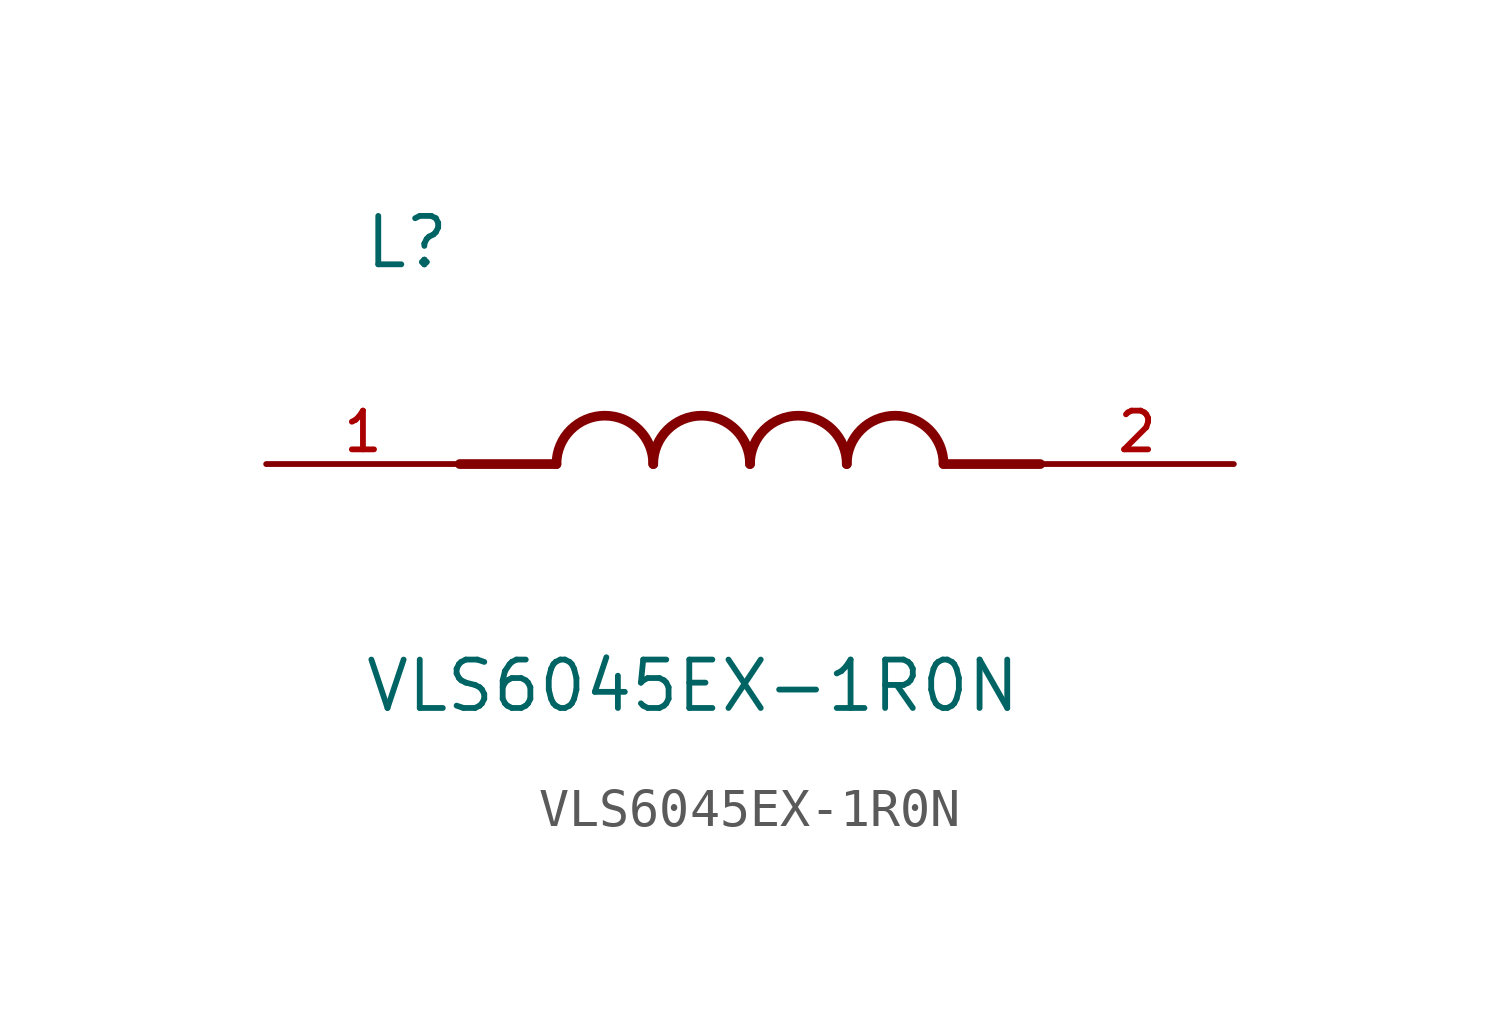
<source format=kicad_sym>
(kicad_symbol_lib
  (version 20211014)
  (generator kicad_symbol_editor)
  (symbol "VLS6045EX-1R0N"
    (pin_names
      (offset 1.016))
    (property "Reference" "L"
      (at -10.16 5.08 0)
      (effects (font (size 1.27 1.27)) (justify bottom left)))
    (property "Value" "VLS6045EX-1R0N"
      (at -10.16 -5.08 0)
      (effects (font (size 1.27 1.27)) (justify top left)))
    (symbol "VLS6045EX-1R0N_0_0"
      (polyline (pts (xy -5.08 0.0) (xy -7.62 0.0)) (stroke (width 0.254)))
      (polyline (pts (xy 5.08 0.0) (xy 7.62 0.0)) (stroke (width 0.254)))
      (arc (start -2.54 0.0) (mid -3.81 1.27) (end -5.08 0.0) (stroke (width 0.254) (type default) (color 0 0 0 0)) (fill (type none)))
      (arc (start 0.0 0.0) (mid -1.27 1.27) (end -2.54 0.0) (stroke (width 0.254) (type default) (color 0 0 0 0)) (fill (type none)))
      (arc (start 2.54 0.0) (mid 1.27 1.27) (end 0.0 0.0) (stroke (width 0.254) (type default) (color 0 0 0 0)) (fill (type none)))
      (arc (start 5.08 0.0) (mid 3.81 1.27) (end 2.54 0.0) (stroke (width 0.254) (type default) (color 0 0 0 0)) (fill (type none)))
      (pin passive line (at -12.7 0.0 0) (length 5.08) (name "~" (effects (font (size 1.016 1.016)))) (number "1" (effects (font (size 1.016 1.016)))))
      (pin passive line (at 12.7 0.0 180.0) (length 5.08) (name "~" (effects (font (size 1.016 1.016)))) (number "2" (effects (font (size 1.016 1.016))))))))
</source>
